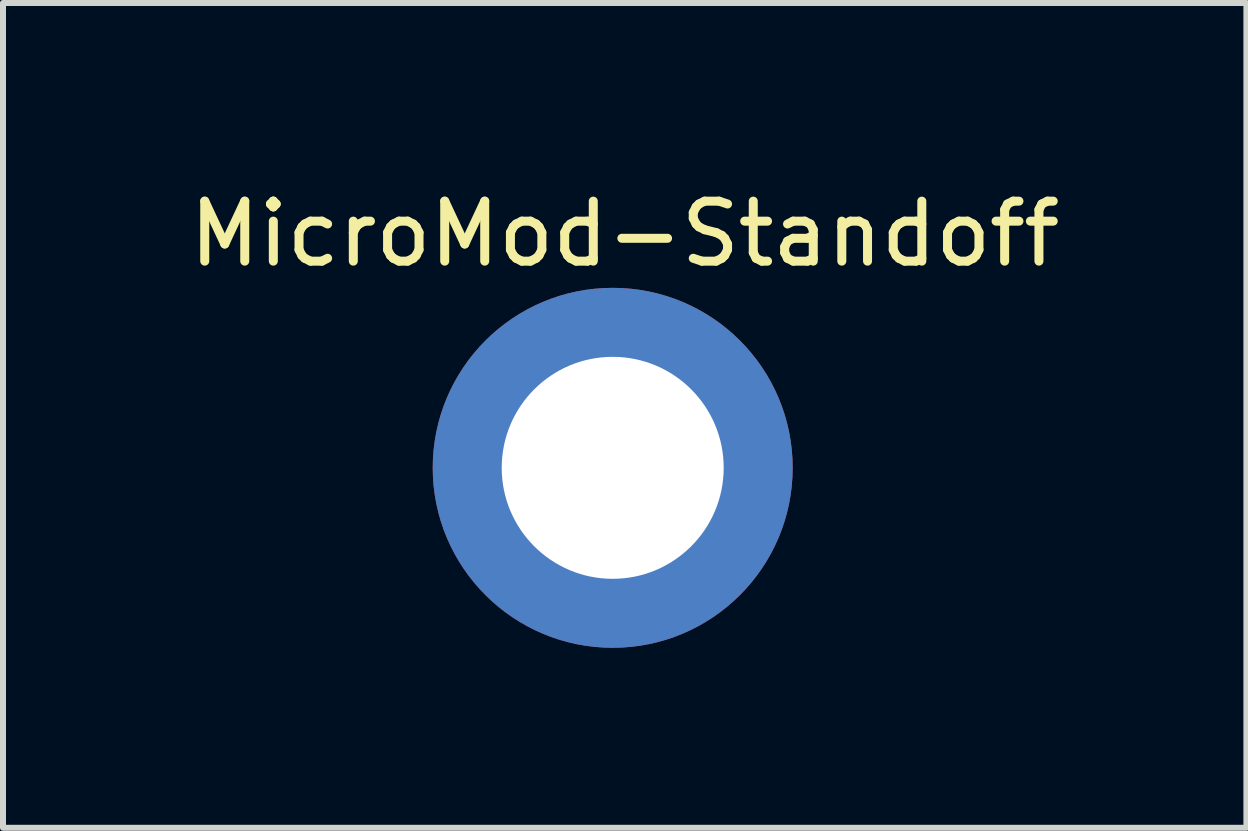
<source format=kicad_pcb>
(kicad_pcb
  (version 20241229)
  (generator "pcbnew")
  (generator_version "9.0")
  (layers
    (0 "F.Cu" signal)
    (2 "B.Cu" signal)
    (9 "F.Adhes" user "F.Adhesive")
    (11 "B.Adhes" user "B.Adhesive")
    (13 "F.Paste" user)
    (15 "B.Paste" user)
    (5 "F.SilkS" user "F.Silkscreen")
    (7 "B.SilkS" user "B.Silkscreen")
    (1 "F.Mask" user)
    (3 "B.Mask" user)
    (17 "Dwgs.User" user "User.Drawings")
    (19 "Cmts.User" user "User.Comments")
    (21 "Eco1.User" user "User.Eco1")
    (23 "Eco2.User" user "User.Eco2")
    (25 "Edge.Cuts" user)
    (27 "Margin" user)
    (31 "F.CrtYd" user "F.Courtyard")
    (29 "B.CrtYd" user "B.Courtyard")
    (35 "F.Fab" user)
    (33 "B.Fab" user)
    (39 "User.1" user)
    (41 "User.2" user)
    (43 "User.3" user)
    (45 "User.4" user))
  (footprint "MicroMod-Standoff"
    (layer "F.Cu")
    (at 7.163 4.748)
    (property "Reference" "MicroMod-Standoff" (at 0.2 -3.9 0) (layer "F.SilkS") (effects (font (size 1 1) (thickness 0.15))))
    (attr through_hole)
    (pad "" np_thru_hole circle (at 0 0) (size 6 6) (drill 3.7) (layers "*.Cu" "*.Mask")))
  (gr_rect
    (start -3 -3)
    (end 17.726 10.748)
    (stroke (width 0.1) (type default))
    (fill no)
    (layer "Edge.Cuts")))
</source>
